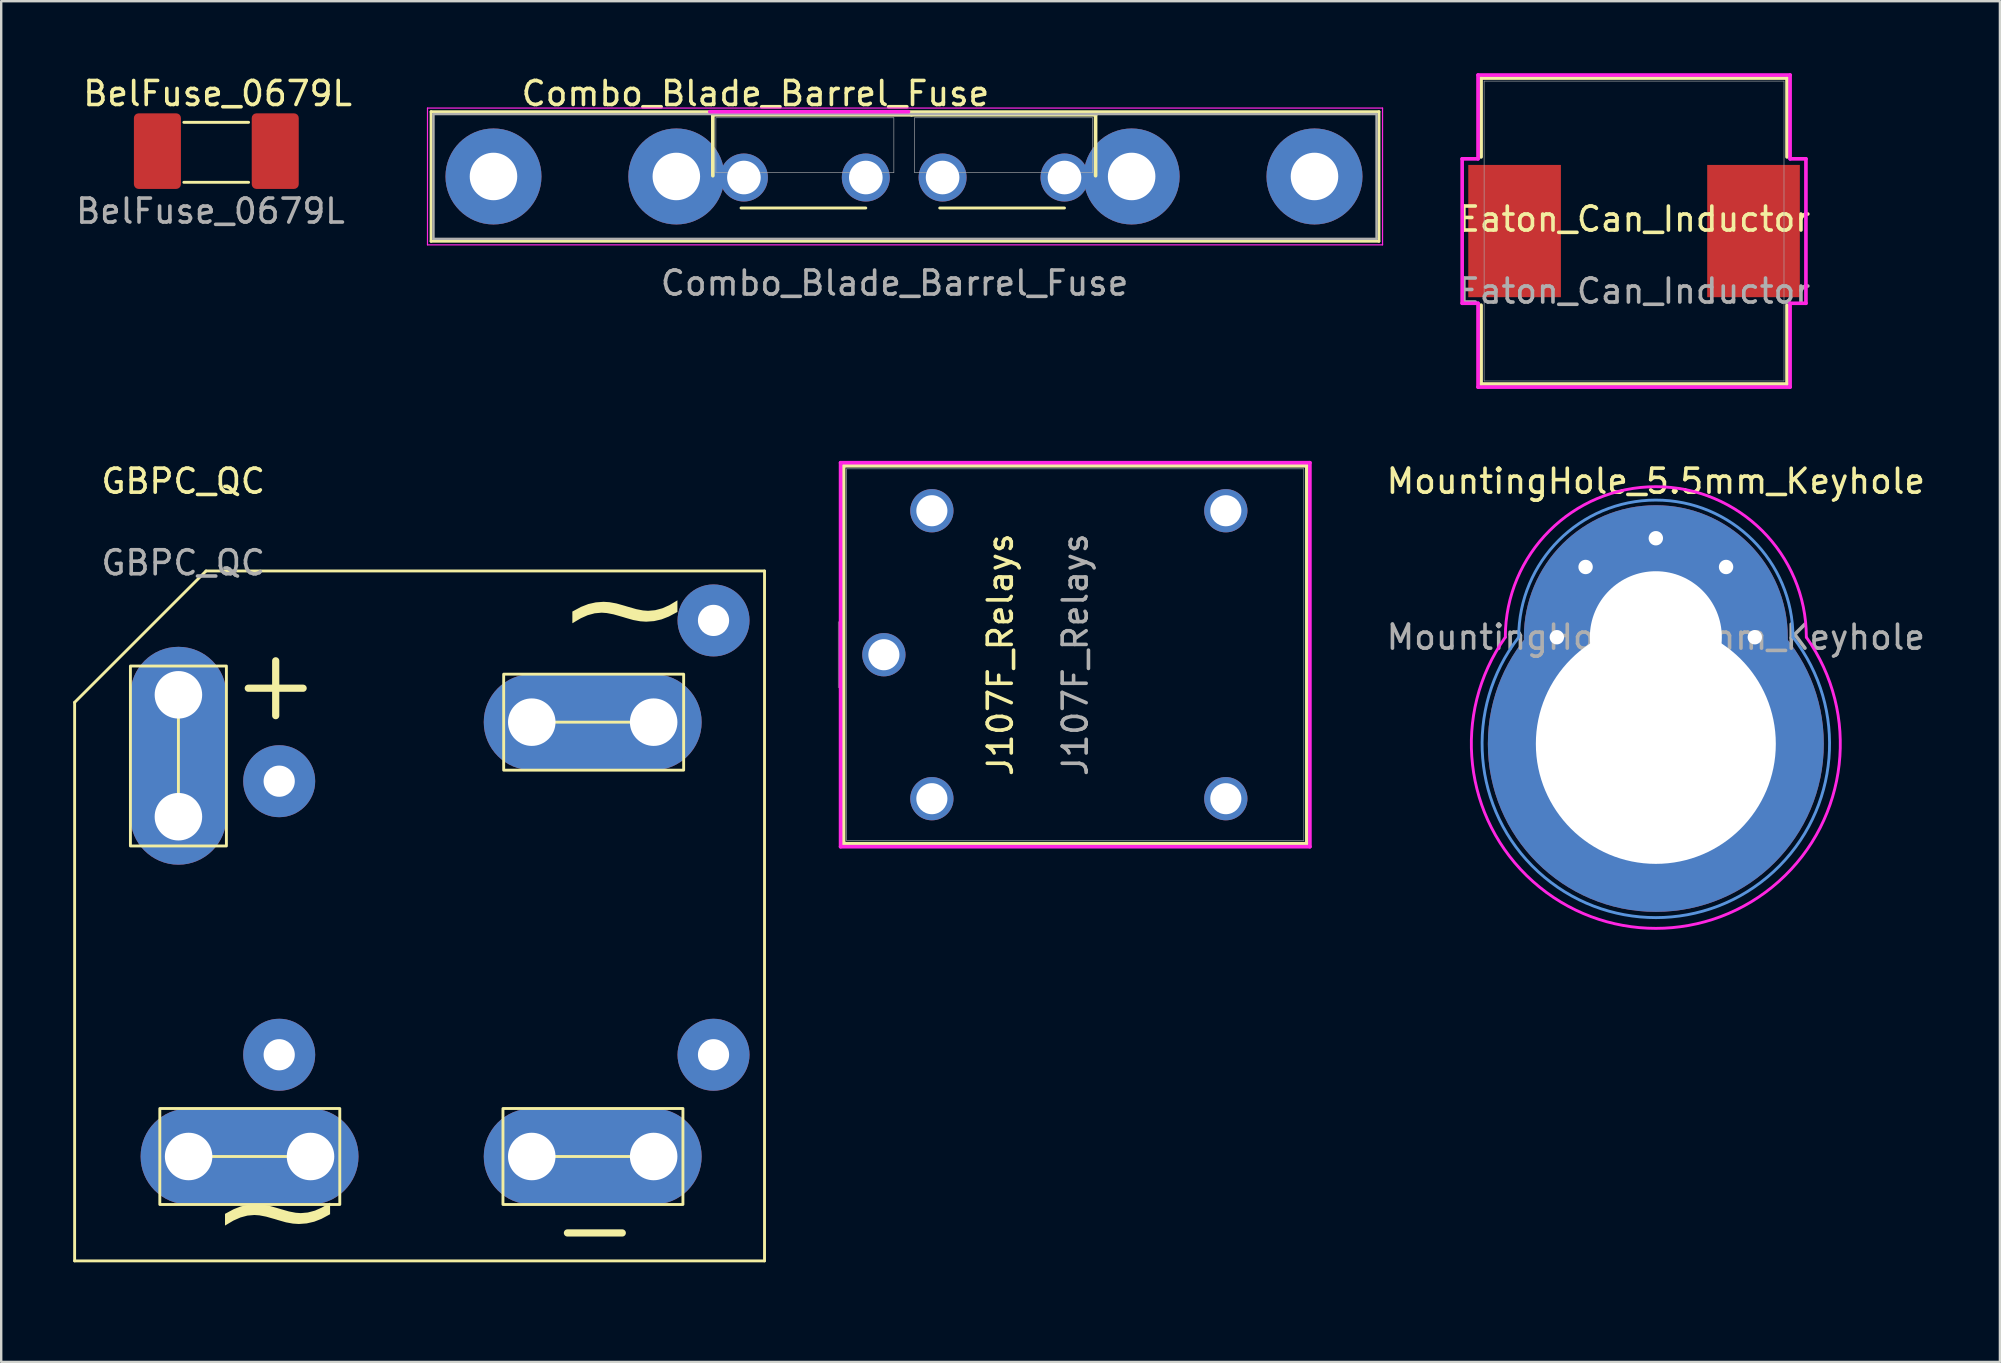
<source format=kicad_pcb>
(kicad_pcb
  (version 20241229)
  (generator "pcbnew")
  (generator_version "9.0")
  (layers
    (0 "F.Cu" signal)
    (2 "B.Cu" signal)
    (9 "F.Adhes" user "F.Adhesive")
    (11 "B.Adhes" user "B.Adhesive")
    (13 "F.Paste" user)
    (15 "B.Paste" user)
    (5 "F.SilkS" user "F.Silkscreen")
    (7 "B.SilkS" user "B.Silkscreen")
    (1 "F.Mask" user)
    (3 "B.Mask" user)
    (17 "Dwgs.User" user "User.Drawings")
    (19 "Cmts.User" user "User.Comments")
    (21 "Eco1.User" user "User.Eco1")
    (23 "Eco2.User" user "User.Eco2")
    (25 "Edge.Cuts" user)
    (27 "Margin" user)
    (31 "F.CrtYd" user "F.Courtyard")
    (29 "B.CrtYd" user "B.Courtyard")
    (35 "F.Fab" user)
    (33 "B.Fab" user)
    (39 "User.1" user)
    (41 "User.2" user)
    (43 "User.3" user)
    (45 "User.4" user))
  (footprint "Eaton_Can_Inductor"
    (layer "F.Cu")
    (at 65.049 6.581)
    (property "Reference" "Eaton_Can_Inductor" (at 0 -0.5 0) (unlocked yes) (layer "F.SilkS") (effects (font (size 1 1) (thickness 0.15))))
    (attr smd)
    (fp_line (start -6.378 -6.378) (end -6.378 -3.091) (stroke (width 0.152) (type solid)) (layer "F.SilkS"))
    (fp_line (start -6.378 3.086) (end -6.378 6.373) (stroke (width 0.152) (type solid)) (layer "F.SilkS"))
    (fp_line (start -6.378 6.373) (end 6.373 6.373) (stroke (width 0.152) (type solid)) (layer "F.SilkS"))
    (fp_line (start 6.373 -6.378) (end -6.378 -6.378) (stroke (width 0.152) (type solid)) (layer "F.SilkS"))
    (fp_line (start 6.373 -3.091) (end 6.373 -6.378) (stroke (width 0.152) (type solid)) (layer "F.SilkS"))
    (fp_line (start 6.373 6.373) (end 6.373 3.086) (stroke (width 0.152) (type solid)) (layer "F.SilkS"))
    (fp_line (start -7.166 -3.012) (end -6.505 -3.012) (stroke (width 0.152) (type solid)) (layer "F.CrtYd"))
    (fp_line (start -7.166 3.007) (end -7.166 -3.012) (stroke (width 0.152) (type solid)) (layer "F.CrtYd"))
    (fp_line (start -7.166 3.007) (end -6.505 3.007) (stroke (width 0.152) (type solid)) (layer "F.CrtYd"))
    (fp_line (start -6.505 -6.505) (end 6.5 -6.505) (stroke (width 0.152) (type solid)) (layer "F.CrtYd"))
    (fp_line (start -6.505 -3.012) (end -6.505 -6.505) (stroke (width 0.152) (type solid)) (layer "F.CrtYd"))
    (fp_line (start -6.505 3.007) (end -6.505 6.5) (stroke (width 0.152) (type solid)) (layer "F.CrtYd"))
    (fp_line (start -6.505 6.5) (end 6.5 6.5) (stroke (width 0.152) (type solid)) (layer "F.CrtYd"))
    (fp_line (start 6.5 -6.505) (end 6.5 -3.012) (stroke (width 0.152) (type solid)) (layer "F.CrtYd"))
    (fp_line (start 6.5 -3.012) (end 7.16 -3.012) (stroke (width 0.152) (type solid)) (layer "F.CrtYd"))
    (fp_line (start 6.5 3.007) (end 7.16 3.007) (stroke (width 0.152) (type solid)) (layer "F.CrtYd"))
    (fp_line (start 6.5 6.5) (end 6.5 3.007) (stroke (width 0.152) (type solid)) (layer "F.CrtYd"))
    (fp_line (start 7.16 -3.012) (end 7.16 3.007) (stroke (width 0.152) (type solid)) (layer "F.CrtYd"))
    (fp_line (start -6.251 -6.251) (end -6.251 6.246) (stroke (width 0.025) (type solid)) (layer "F.Fab"))
    (fp_line (start -6.251 6.246) (end 6.246 6.246) (stroke (width 0.025) (type solid)) (layer "F.Fab"))
    (fp_line (start 6.246 -6.251) (end -6.251 -6.251) (stroke (width 0.025) (type solid)) (layer "F.Fab"))
    (fp_line (start 6.246 6.246) (end 6.246 -6.251) (stroke (width 0.025) (type solid)) (layer "F.Fab"))
    (fp_text user "${REFERENCE}" (at 0 2.5 0) (unlocked yes) (layer "F.Fab") (effects (font (size 1 1) (thickness 0.15))))
    (pad "1" smd rect (at -4.981 -0.002) (size 3.861 5.512) (layers "F.Cu" "F.Mask" "F.Paste"))
    (pad "2" smd rect (at 4.976 -0.002) (size 3.861 5.512) (layers "F.Cu" "F.Mask" "F.Paste"))
    (zone (net_name "") (layer "F.Cu") (hatch full 0.508) (connect_pads) (min_thickness 0.254) (filled_areas_thickness no) (keepout (tracks not_allowed) (vias not_allowed) (pads allowed) (copperpour not_allowed) (footprints allowed)) (placement (enabled no)) (fill) (polygon (pts (xy 62.049 0.381) (xy 68.043 0.381) (xy 68.043 12.776) (xy 62.049 12.776)))))
  (footprint "MountingHole_5.5mm_Keyhole"
    (layer "F.Cu")
    (at 65.954 23.505)
    (property "Reference" "MountingHole_5.5mm_Keyhole" (at 0 -6.5 0) (layer "F.SilkS") (effects (font (size 1 1) (thickness 0.15))))
    (attr exclude_from_pos_files exclude_from_bom)
    (fp_arc (start -5.714999 0) (mid 0.000001 -5.714999) (end 5.714999 0.000001) (stroke (width 0.12) (type default)) (layer "Cmts.User"))
    (fp_arc (start 5.714999 0.000001) (mid 0 11.685113) (end -5.714999 0) (stroke (width 0.12) (type default)) (layer "Cmts.User"))
    (fp_arc (start -6.272561 0) (mid 0 -6.272561) (end 6.272561 0) (stroke (width 0.12) (type default)) (layer "F.CrtYd"))
    (fp_arc (start 6.27256 0) (mid 0 12.13285) (end -6.272561 0) (stroke (width 0.12) (type default)) (layer "F.CrtYd"))
    (fp_text user "${REFERENCE}" (at 0 0 0) (layer "F.Fab") (effects (font (size 1 1) (thickness 0.15))))
    (pad "1" thru_hole circle (at -4.125 0) (size 0.9 0.9) (drill 0.6) (layers "*.Cu" "*.Mask"))
    (pad "1" thru_hole circle (at -2.927 -2.927) (size 0.9 0.9) (drill 0.6) (layers "*.Cu" "*.Mask"))
    (pad "1" thru_hole circle (at 0 -4.125) (size 0.9 0.9) (drill 0.6) (layers "*.Cu" "*.Mask"))
    (pad "1" thru_hole circle (at 0 0) (size 11 11) (drill 5.5) (layers "*.Cu" "*.Mask"))
    (pad "1" thru_hole circle (at 0 4.445) (size 14 14) (drill 10) (layers "*.Cu" "*.Mask"))
    (pad "1" thru_hole circle (at 2.927 -2.927) (size 0.9 0.9) (drill 0.6) (layers "*.Cu" "*.Mask"))
    (pad "1" thru_hole circle (at 4.125 0) (size 0.9 0.9) (drill 0.6) (layers "*.Cu" "*.Mask")))
  (footprint "Combo_Blade_Barrel_Fuse"
    (layer "F.Cu")
    (at 34.609 4.304)
    (property "Reference" "Combo_Blade_Barrel_Fuse" (at -6.178 -3.456 0) (unlocked yes) (layer "F.SilkS") (effects (font (size 1 1) (thickness 0.15))))
    (attr through_hole)
    (fp_line (start -19.694 -2.7) (end 19.806 -2.7) (stroke (width 0.12) (type solid)) (layer "F.SilkS"))
    (fp_line (start -19.694 2.7) (end -19.694 -2.7) (stroke (width 0.12) (type solid)) (layer "F.SilkS"))
    (fp_line (start -7.953 -2.572) (end -7.953 -0.032) (stroke (width 0.152) (type solid)) (layer "F.SilkS"))
    (fp_line (start -6.778 1.314) (end -1.578 1.314) (stroke (width 0.12) (type default)) (layer "F.SilkS"))
    (fp_line (start 0.327 -2.572) (end -7.953 -2.572) (stroke (width 0.152) (type solid)) (layer "F.SilkS"))
    (fp_line (start 1.502 1.314) (end 6.702 1.314) (stroke (width 0.12) (type default)) (layer "F.SilkS"))
    (fp_line (start 7.998 -2.572) (end 0.327 -2.572) (stroke (width 0.152) (type solid)) (layer "F.SilkS"))
    (fp_line (start 7.998 -0.032) (end 7.998 -2.572) (stroke (width 0.152) (type solid)) (layer "F.SilkS"))
    (fp_line (start 19.806 -2.7) (end 19.806 2.7) (stroke (width 0.12) (type solid)) (layer "F.SilkS"))
    (fp_line (start 19.806 2.7) (end -19.694 2.7) (stroke (width 0.12) (type solid)) (layer "F.SilkS"))
    (fp_line (start -19.844 -2.85) (end 19.956 -2.85) (stroke (width 0.05) (type solid)) (layer "F.CrtYd"))
    (fp_line (start -19.844 2.85) (end -19.844 -2.85) (stroke (width 0.05) (type solid)) (layer "F.CrtYd"))
    (fp_line (start 0.2 -2.699) (end -8.08 -2.699) (stroke (width 0.152) (type solid)) (layer "F.CrtYd"))
    (fp_line (start 19.956 -2.85) (end 19.956 2.85) (stroke (width 0.05) (type solid)) (layer "F.CrtYd"))
    (fp_line (start 19.956 2.85) (end -19.844 2.85) (stroke (width 0.05) (type solid)) (layer "F.CrtYd"))
    (fp_line (start -19.594 -2.6) (end 19.706 -2.6) (stroke (width 0.1) (type solid)) (layer "F.Fab"))
    (fp_line (start -19.594 2.6) (end -19.594 -2.6) (stroke (width 0.1) (type solid)) (layer "F.Fab"))
    (fp_line (start -7.826 -2.445) (end -7.826 -0.159) (stroke (width 0.025) (type solid)) (layer "F.Fab"))
    (fp_line (start -7.826 -0.159) (end -0.409 -0.159) (stroke (width 0.025) (type solid)) (layer "F.Fab"))
    (fp_line (start -0.409 -2.445) (end -7.826 -2.445) (stroke (width 0.025) (type solid)) (layer "F.Fab"))
    (fp_line (start -0.409 -0.159) (end -0.409 -2.445) (stroke (width 0.025) (type solid)) (layer "F.Fab"))
    (fp_line (start 0.454 -2.445) (end 0.454 -0.159) (stroke (width 0.025) (type solid)) (layer "F.Fab"))
    (fp_line (start 0.454 -0.159) (end 7.871 -0.159) (stroke (width 0.025) (type solid)) (layer "F.Fab"))
    (fp_line (start 7.871 -2.445) (end 0.454 -2.445) (stroke (width 0.025) (type solid)) (layer "F.Fab"))
    (fp_line (start 7.871 -0.159) (end 7.871 -2.445) (stroke (width 0.025) (type solid)) (layer "F.Fab"))
    (fp_line (start 19.706 -2.6) (end 19.706 2.6) (stroke (width 0.1) (type solid)) (layer "F.Fab"))
    (fp_line (start 19.706 2.6) (end -19.594 2.6) (stroke (width 0.1) (type solid)) (layer "F.Fab"))
    (fp_text user "${REFERENCE}" (at -0.378 4.444 0) (unlocked yes) (layer "F.Fab") (effects (font (size 1 1) (thickness 0.15))))
    (pad "1" thru_hole circle (at -17.094 0) (size 4 4) (drill 1.98) (layers "*.Cu" "*.Mask"))
    (pad "1" thru_hole circle (at -9.474 0) (size 4 4) (drill 1.98) (layers "*.Cu" "*.Mask"))
    (pad "1" thru_hole circle (at -6.658 0.044) (size 2 2) (drill 1.4) (layers "*.Cu" "*.Mask"))
    (pad "1" thru_hole circle (at -1.578 0.044) (size 2 2) (drill 1.4) (layers "*.Cu" "*.Mask"))
    (pad "2" thru_hole circle (at 1.622 0.044) (size 2 2) (drill 1.4) (layers "*.Cu" "*.Mask"))
    (pad "2" thru_hole circle (at 6.702 0.044) (size 2 2) (drill 1.4) (layers "*.Cu" "*.Mask"))
    (pad "2" thru_hole circle (at 9.5 0) (size 4 4) (drill 1.98) (layers "*.Cu" "*.Mask"))
    (pad "2" thru_hole circle (at 17.12 0) (size 4 4) (drill 1.98) (layers "*.Cu" "*.Mask")))
  (footprint "GBPC_QC"
    (layer "F.Cu")
    (at 14.385 33.405)
    (property "Reference" "GBPC_QC" (at -9.8 -16.4 0) (unlocked yes) (layer "F.SilkS") (effects (font (size 1 1) (thickness 0.15))))
    (attr through_hole)
    (fp_line (start -14.325 16.09) (end -14.325 -7.185) (stroke (width 0.12) (type default)) (layer "F.SilkS"))
    (fp_line (start -10 -7.985) (end -10 -1.635) (stroke (width 0.12) (type default)) (layer "F.SilkS"))
    (fp_line (start -10 11.74) (end -3.65 11.74) (stroke (width 0.12) (type default)) (layer "F.SilkS"))
    (fp_line (start -8.85 -12.66) (end -14.325 -7.185) (stroke (width 0.12) (type default)) (layer "F.SilkS"))
    (fp_line (start -8.85 -12.66) (end 14.425 -12.66) (stroke (width 0.12) (type default)) (layer "F.SilkS"))
    (fp_line (start 4.3 11.74) (end 10.65 11.74) (stroke (width 0.12) (type default)) (layer "F.SilkS"))
    (fp_line (start 4.3 -6.36) (end 10.65 -6.36) (stroke (width 0.12) (type default)) (layer "F.SilkS"))
    (fp_line (start 14.425 -12.66) (end 14.425 16.09) (stroke (width 0.12) (type default)) (layer "F.SilkS"))
    (fp_line (start 14.425 16.09) (end -14.325 16.09) (stroke (width 0.12) (type default)) (layer "F.SilkS"))
    (fp_rect (start -12 -8.7) (end -8 -1.2) (stroke (width 0.12) (type default)) (fill no) (layer "F.SilkS"))
    (fp_rect (start -10.775 9.74) (end -3.275 13.74) (stroke (width 0.12) (type default)) (fill no) (layer "F.SilkS"))
    (fp_rect (start 3.525 9.74) (end 11.025 13.74) (stroke (width 0.12) (type default)) (fill no) (layer "F.SilkS"))
    (fp_rect (start 3.555 -8.36) (end 11.055 -4.36) (stroke (width 0.12) (type default)) (fill no) (layer "F.SilkS"))
    (fp_text user "-" (at 5.3 13.4 180) (unlocked yes) (layer "F.SilkS") (effects (font (size 3 3) (thickness 0.3)) (justify right bottom)))
    (fp_text user "+" (at -8 -9.3 180) (unlocked yes) (layer "F.SilkS") (effects (font (size 3 3) (thickness 0.3)) (justify right bottom)))
    (fp_text user "~" (at -8.8 11.7 180) (unlocked yes) (layer "F.SilkS") (effects (font (face "Calibri") (size 4 5) (thickness 0.3)) (justify right bottom)))
    (fp_text user "~" (at 5.675 -13.4 180) (unlocked yes) (layer "F.SilkS") (effects (font (face "Calibri") (size 4 5) (thickness 0.3)) (justify right bottom)))
    (fp_text user "${REFERENCE}" (at -9.8 -13 0) (unlocked yes) (layer "F.Fab") (effects (font (size 1 1) (thickness 0.15))))
    (pad "1" thru_hole circle (at -10 -7.5 270) (size 4 4) (drill 1.98) (layers "*.Cu" "*.Mask"))
    (pad "1" smd rect (at -10 -5.01 270) (size 5.18 4) (layers "F.Cu" "F.Mask" "F.Paste"))
    (pad "1" smd rect (at -10 -5.01 270) (size 5.18 4) (layers "B.Cu" "B.Mask"))
    (pad "1" thru_hole circle (at -10 -2.42 270) (size 4 4) (drill 1.98) (layers "*.Cu" "*.Mask"))
    (pad "1" thru_hole circle (at -5.8 -3.9 90) (size 3 3) (drill 1.3) (layers "*.Cu" "*.Mask"))
    (pad "2" thru_hole circle (at 4.725 -6.36) (size 4 4) (drill 1.98) (layers "*.Cu" "*.Mask"))
    (pad "2" smd rect (at 7.215 -6.36) (size 5.18 4) (layers "B.Cu" "B.Mask"))
    (pad "2" smd rect (at 7.305 -6.36) (size 5.18 4) (layers "F.Cu" "F.Mask" "F.Paste"))
    (pad "2" thru_hole circle (at 9.805 -6.36) (size 4 4) (drill 1.98) (layers "*.Cu" "*.Mask"))
    (pad "2" thru_hole circle (at 12.3 -10.6) (size 3 3) (drill 1.3) (layers "*.Cu" "*.Mask"))
    (pad "3" thru_hole circle (at -9.575 11.74) (size 4 4) (drill 1.98) (layers "*.Cu" "*.Mask"))
    (pad "3" smd rect (at -7.085 11.74) (size 5.18 4) (layers "F.Cu" "F.Mask" "F.Paste"))
    (pad "3" smd rect (at -7.085 11.74) (size 5.18 4) (layers "B.Cu" "B.Mask"))
    (pad "3" thru_hole circle (at -5.8 7.5) (size 3 3) (drill 1.3) (layers "*.Cu" "*.Mask"))
    (pad "3" thru_hole circle (at -4.495 11.74) (size 4 4) (drill 1.98) (layers "*.Cu" "*.Mask"))
    (pad "4" thru_hole circle (at 4.725 11.74) (size 4 4) (drill 1.98) (layers "*.Cu" "*.Mask"))
    (pad "4" smd rect (at 7.215 11.74) (size 5.18 4) (layers "F.Cu" "F.Mask" "F.Paste"))
    (pad "4" smd rect (at 7.215 11.74) (size 5.18 4) (layers "B.Cu" "B.Mask"))
    (pad "4" thru_hole circle (at 9.805 11.74) (size 4 4) (drill 1.98) (layers "*.Cu" "*.Mask"))
    (pad "4" thru_hole circle (at 12.3 7.5) (size 3 3) (drill 1.3) (layers "*.Cu" "*.Mask")))
  (footprint "J107F_Relays"
    (layer "F.Cu")
    (at 41.738 21.633)
    (property "Reference" "J107F_Relays" (at -3.1 2.6 90) (unlocked yes) (layer "F.SilkS") (effects (font (size 1 1) (thickness 0.15))))
    (attr through_hole)
    (fp_line (start -9.631 -5.273) (end -9.631 10.475) (stroke (width 0.152) (type solid)) (layer "F.SilkS"))
    (fp_line (start -9.631 -5.273) (end 9.673 -5.273) (stroke (width 0.152) (type solid)) (layer "F.SilkS"))
    (fp_line (start -9.631 10.475) (end 9.673 10.475) (stroke (width 0.152) (type solid)) (layer "F.SilkS"))
    (fp_line (start 9.673 -5.273) (end 9.673 10.475) (stroke (width 0.152) (type solid)) (layer "F.SilkS"))
    (fp_line (start -9.758 -5.4) (end -9.758 10.602) (stroke (width 0.152) (type solid)) (layer "F.CrtYd"))
    (fp_line (start -9.758 10.602) (end 9.8 10.602) (stroke (width 0.152) (type solid)) (layer "F.CrtYd"))
    (fp_line (start 9.8 -5.4) (end -9.758 -5.4) (stroke (width 0.152) (type solid)) (layer "F.CrtYd"))
    (fp_line (start 9.8 10.602) (end 9.8 -5.4) (stroke (width 0.152) (type solid)) (layer "F.CrtYd"))
    (fp_line (start -9.855 1.225) (end -9.855 3.977) (stroke (width 0.025) (type solid)) (layer "F.Fab"))
    (fp_line (start -9.504 -5.146) (end -9.504 10.348) (stroke (width 0.025) (type solid)) (layer "F.Fab"))
    (fp_line (start -9.504 -5.146) (end 9.546 -5.146) (stroke (width 0.025) (type solid)) (layer "F.Fab"))
    (fp_line (start -9.504 10.348) (end 9.546 10.348) (stroke (width 0.025) (type solid)) (layer "F.Fab"))
    (fp_line (start 9.546 -5.146) (end 9.546 10.348) (stroke (width 0.025) (type solid)) (layer "F.Fab"))
    (fp_text user "${REFERENCE}" (at 0.021 2.601 90) (unlocked yes) (layer "F.Fab") (effects (font (size 1 1) (thickness 0.15))))
    (pad "1" thru_hole circle (at -7.954 2.601 90) (size 1.803 1.803) (drill 1.295) (layers "*.Cu" "*.Mask"))
    (pad "2" thru_hole circle (at -5.954 8.601 90) (size 1.803 1.803) (drill 1.295) (layers "*.Cu" "*.Mask"))
    (pad "3" thru_hole circle (at 6.296 8.601 90) (size 1.803 1.803) (drill 1.295) (layers "*.Cu" "*.Mask"))
    (pad "4" thru_hole circle (at 6.296 -3.399 90) (size 1.803 1.803) (drill 1.295) (layers "*.Cu" "*.Mask"))
    (pad "5" thru_hole circle (at -5.954 -3.399 90) (size 1.803 1.803) (drill 1.295) (layers "*.Cu" "*.Mask")))
  (footprint "BelFuse_0679L"
    (layer "F.Cu")
    (at 5.72 3.248)
    (property "Reference" "BelFuse_0679L" (at 0.3 -2.4 0) (unlocked yes) (layer "F.SilkS") (effects (font (size 1 1) (thickness 0.15))))
    (attr smd)
    (fp_line (start -1.11 -1.2) (end 1.59 -1.2) (stroke (width 0.12) (type default)) (layer "F.SilkS"))
    (fp_line (start -1.11 1.3) (end 1.59 1.3) (stroke (width 0.12) (type default)) (layer "F.SilkS"))
    (fp_text user "${REFERENCE}" (at 0 2.5 0) (unlocked yes) (layer "F.Fab") (effects (font (size 1 1) (thickness 0.15))))
    (pad "1" smd roundrect (at -2.21 0 180) (size 1.96 3.15) (layers "F.Cu" "F.Mask" "F.Paste") (roundrect_rratio 0.1))
    (pad "2" smd roundrect (at 2.7 0 180) (size 1.96 3.15) (layers "F.Cu" "F.Mask" "F.Paste") (roundrect_rratio 0.1)))
  (gr_rect
    (start -3 -3)
    (end 80.293 53.705)
    (stroke (width 0.1) (type default))
    (fill no)
    (layer "Edge.Cuts")))
</source>
